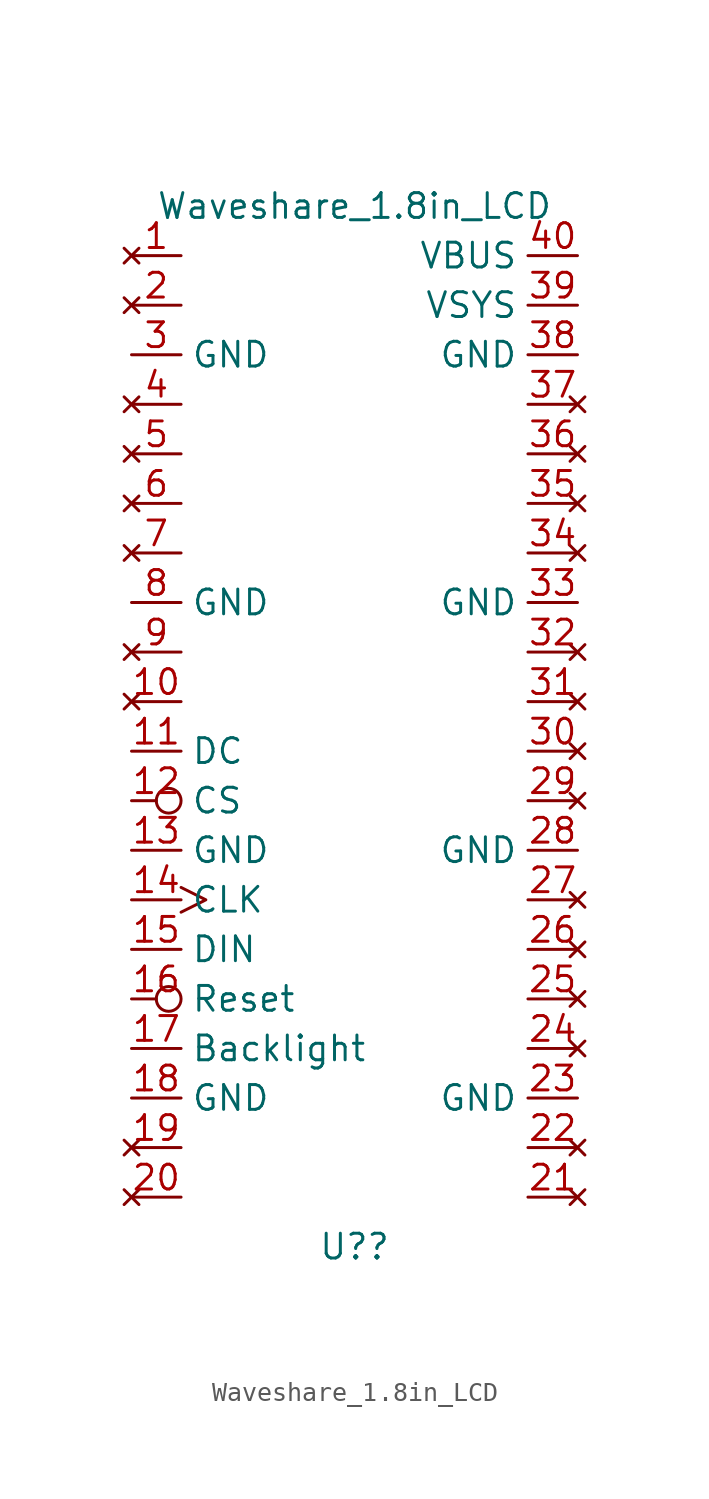
<source format=kicad_sym>
(kicad_symbol_lib
  (version 20211014)
  (generator kicad_symbol_editor)
  (symbol "Waveshare_1.8in_LCD"
    (property "Reference" "U?"
      (at 0 -39.37 0)
      (effects (font (size 1.27 1.27))))
    (property "Value" "Waveshare_1.8in_LCD"
      (at 0 13.97 0)
      (effects (font (size 1.27 1.27))))
    (symbol "Waveshare_1.8in_LCD_0_0"
      (pin no_connect line (at -11.43 11.43 0) (length 2.54) (name "" (effects (font (size 1.27 1.27)))) (number "1" (effects (font (size 1.27 1.27)))))
      (pin no_connect line (at -11.43 -11.43 0) (length 2.54) (name "" (effects (font (size 1.27 1.27)))) (number "10" (effects (font (size 1.27 1.27)))))
      (pin input line (at -11.43 -13.97 0) (length 2.54) (name "DC" (effects (font (size 1.27 1.27)))) (number "11" (effects (font (size 1.27 1.27)))))
      (pin input inverted (at -11.43 -16.51 0) (length 2.54) (name "CS" (effects (font (size 1.27 1.27)))) (number "12" (effects (font (size 1.27 1.27)))))
      (pin power_in line (at -11.43 -19.05 0) (length 2.54) (name "GND" (effects (font (size 1.27 1.27)))) (number "13" (effects (font (size 1.27 1.27)))))
      (pin input clock (at -11.43 -21.59 0) (length 2.54) (name "CLK" (effects (font (size 1.27 1.27)))) (number "14" (effects (font (size 1.27 1.27)))))
      (pin input line (at -11.43 -24.13 0) (length 2.54) (name "DIN" (effects (font (size 1.27 1.27)))) (number "15" (effects (font (size 1.27 1.27)))))
      (pin input inverted (at -11.43 -26.67 0) (length 2.54) (name "Reset" (effects (font (size 1.27 1.27)))) (number "16" (effects (font (size 1.27 1.27)))))
      (pin input line (at -11.43 -29.21 0) (length 2.54) (name "Backlight" (effects (font (size 1.27 1.27)))) (number "17" (effects (font (size 1.27 1.27)))))
      (pin power_in line (at -11.43 -31.75 0) (length 2.54) (name "GND" (effects (font (size 1.27 1.27)))) (number "18" (effects (font (size 1.27 1.27)))))
      (pin no_connect line (at -11.43 -34.29 0) (length 2.54) (name "" (effects (font (size 1.27 1.27)))) (number "19" (effects (font (size 1.27 1.27)))))
      (pin no_connect line (at -11.43 8.89 0) (length 2.54) (name "" (effects (font (size 1.27 1.27)))) (number "2" (effects (font (size 1.27 1.27)))))
      (pin no_connect line (at -11.43 -36.83 0) (length 2.54) (name "" (effects (font (size 1.27 1.27)))) (number "20" (effects (font (size 1.27 1.27)))))
      (pin no_connect line (at 11.43 -36.83 180) (length 2.54) (name "" (effects (font (size 1.27 1.27)))) (number "21" (effects (font (size 1.27 1.27)))))
      (pin no_connect line (at 11.43 -34.29 180) (length 2.54) (name "" (effects (font (size 1.27 1.27)))) (number "22" (effects (font (size 1.27 1.27)))))
      (pin power_in line (at 11.43 -31.75 180) (length 2.54) (name "GND" (effects (font (size 1.27 1.27)))) (number "23" (effects (font (size 1.27 1.27)))))
      (pin no_connect line (at 11.43 -29.21 180) (length 2.54) (name "" (effects (font (size 1.27 1.27)))) (number "24" (effects (font (size 1.27 1.27)))))
      (pin no_connect line (at 11.43 -26.67 180) (length 2.54) (name "" (effects (font (size 1.27 1.27)))) (number "25" (effects (font (size 1.27 1.27)))))
      (pin no_connect line (at 11.43 -24.13 180) (length 2.54) (name "" (effects (font (size 1.27 1.27)))) (number "26" (effects (font (size 1.27 1.27)))))
      (pin no_connect line (at 11.43 -21.59 180) (length 2.54) (name "" (effects (font (size 1.27 1.27)))) (number "27" (effects (font (size 1.27 1.27)))))
      (pin power_in line (at 11.43 -19.05 180) (length 2.54) (name "GND" (effects (font (size 1.27 1.27)))) (number "28" (effects (font (size 1.27 1.27)))))
      (pin no_connect line (at 11.43 -16.51 180) (length 2.54) (name "" (effects (font (size 1.27 1.27)))) (number "29" (effects (font (size 1.27 1.27)))))
      (pin power_in line (at -11.43 6.35 0) (length 2.54) (name "GND" (effects (font (size 1.27 1.27)))) (number "3" (effects (font (size 1.27 1.27)))))
      (pin no_connect line (at 11.43 -13.97 180) (length 2.54) (name "" (effects (font (size 1.27 1.27)))) (number "30" (effects (font (size 1.27 1.27)))))
      (pin no_connect line (at 11.43 -11.43 180) (length 2.54) (name "" (effects (font (size 1.27 1.27)))) (number "31" (effects (font (size 1.27 1.27)))))
      (pin no_connect line (at 11.43 -8.89 180) (length 2.54) (name "" (effects (font (size 1.27 1.27)))) (number "32" (effects (font (size 1.27 1.27)))))
      (pin power_in line (at 11.43 -6.35 180) (length 2.54) (name "GND" (effects (font (size 1.27 1.27)))) (number "33" (effects (font (size 1.27 1.27)))))
      (pin no_connect line (at 11.43 -3.81 180) (length 2.54) (name "" (effects (font (size 1.27 1.27)))) (number "34" (effects (font (size 1.27 1.27)))))
      (pin no_connect line (at 11.43 -1.27 180) (length 2.54) (name "" (effects (font (size 1.27 1.27)))) (number "35" (effects (font (size 1.27 1.27)))))
      (pin no_connect line (at 11.43 1.27 180) (length 2.54) (name "" (effects (font (size 1.27 1.27)))) (number "36" (effects (font (size 1.27 1.27)))))
      (pin no_connect line (at 11.43 3.81 180) (length 2.54) (name "" (effects (font (size 1.27 1.27)))) (number "37" (effects (font (size 1.27 1.27)))))
      (pin power_in line (at 11.43 6.35 180) (length 2.54) (name "GND" (effects (font (size 1.27 1.27)))) (number "38" (effects (font (size 1.27 1.27)))))
      (pin power_in line (at 11.43 8.89 180) (length 2.54) (name "VSYS" (effects (font (size 1.27 1.27)))) (number "39" (effects (font (size 1.27 1.27)))))
      (pin no_connect line (at -11.43 3.81 0) (length 2.54) (name "" (effects (font (size 1.27 1.27)))) (number "4" (effects (font (size 1.27 1.27)))))
      (pin power_in line (at 11.43 11.43 180) (length 2.54) (name "VBUS" (effects (font (size 1.27 1.27)))) (number "40" (effects (font (size 1.27 1.27)))))
      (pin no_connect line (at -11.43 1.27 0) (length 2.54) (name "" (effects (font (size 1.27 1.27)))) (number "5" (effects (font (size 1.27 1.27)))))
      (pin no_connect line (at -11.43 -1.27 0) (length 2.54) (name "" (effects (font (size 1.27 1.27)))) (number "6" (effects (font (size 1.27 1.27)))))
      (pin no_connect line (at -11.43 -3.81 0) (length 2.54) (name "" (effects (font (size 1.27 1.27)))) (number "7" (effects (font (size 1.27 1.27)))))
      (pin power_in line (at -11.43 -6.35 0) (length 2.54) (name "GND" (effects (font (size 1.27 1.27)))) (number "8" (effects (font (size 1.27 1.27)))))
      (pin no_connect line (at -11.43 -8.89 0) (length 2.54) (name "" (effects (font (size 1.27 1.27)))) (number "9" (effects (font (size 1.27 1.27))))))))
</source>
